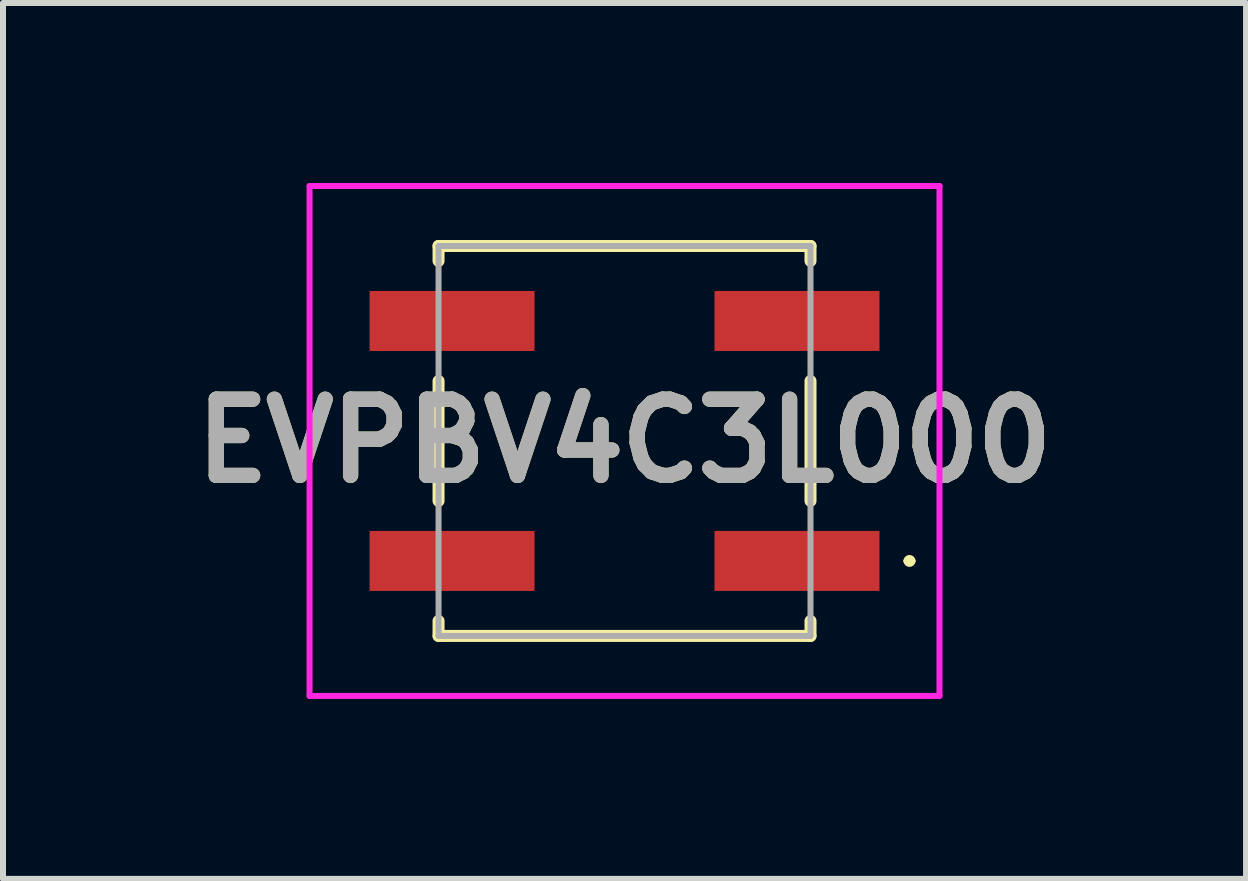
<source format=kicad_pcb>
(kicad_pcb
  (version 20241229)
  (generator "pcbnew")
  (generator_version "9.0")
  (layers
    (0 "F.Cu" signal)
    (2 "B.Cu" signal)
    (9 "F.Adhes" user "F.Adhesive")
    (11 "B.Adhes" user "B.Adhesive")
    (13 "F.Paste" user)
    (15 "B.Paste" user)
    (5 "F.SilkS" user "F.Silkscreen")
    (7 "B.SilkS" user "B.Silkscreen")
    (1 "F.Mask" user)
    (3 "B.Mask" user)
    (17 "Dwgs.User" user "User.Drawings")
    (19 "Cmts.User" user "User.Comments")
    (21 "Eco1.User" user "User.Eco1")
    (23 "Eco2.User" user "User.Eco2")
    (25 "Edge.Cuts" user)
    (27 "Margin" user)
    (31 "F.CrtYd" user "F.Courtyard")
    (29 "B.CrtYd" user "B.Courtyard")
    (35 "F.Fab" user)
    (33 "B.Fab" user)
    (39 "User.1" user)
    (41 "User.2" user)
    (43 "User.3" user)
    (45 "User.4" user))
  (footprint "EVPBV4C3L000"
    (layer "F.Cu")
    (at 7.36 4.3)
    (property "Reference" "EVPBV4C3L000" (at 0 0 0) (layer "F.SilkS") (effects (font (size 1.27 1.27) (thickness 0.254))))
    (attr smd)
    (fp_line (start -3.1 -3.25) (end 3.1 -3.25) (stroke (width 0.2) (type solid)) (layer "F.SilkS"))
    (fp_line (start -3.1 -3) (end -3.1 -3.25) (stroke (width 0.2) (type solid)) (layer "F.SilkS"))
    (fp_line (start -3.1 1) (end -3.1 -1) (stroke (width 0.2) (type solid)) (layer "F.SilkS"))
    (fp_line (start -3.1 3) (end -3.1 3.25) (stroke (width 0.2) (type solid)) (layer "F.SilkS"))
    (fp_line (start -3.1 3.25) (end 3.1 3.25) (stroke (width 0.2) (type solid)) (layer "F.SilkS"))
    (fp_line (start 3.1 -3.25) (end 3.1 -3) (stroke (width 0.2) (type solid)) (layer "F.SilkS"))
    (fp_line (start 3.1 1) (end 3.1 -1) (stroke (width 0.2) (type solid)) (layer "F.SilkS"))
    (fp_line (start 3.1 3.25) (end 3.1 3) (stroke (width 0.2) (type solid)) (layer "F.SilkS"))
    (fp_line (start 4.7 2) (end 4.7 2) (stroke (width 0.1) (type solid)) (layer "F.SilkS"))
    (fp_line (start 4.8 2) (end 4.8 2) (stroke (width 0.1) (type solid)) (layer "F.SilkS"))
    (fp_arc (start 4.7 2) (mid 4.75 1.95) (end 4.8 2) (stroke (width 0.1) (type solid)) (layer "F.SilkS"))
    (fp_arc (start 4.8 2) (mid 4.75 2.05) (end 4.7 2) (stroke (width 0.1) (type solid)) (layer "F.SilkS"))
    (fp_line (start -5.25 -4.25) (end 5.25 -4.25) (stroke (width 0.1) (type solid)) (layer "F.CrtYd"))
    (fp_line (start -5.25 4.25) (end -5.25 -4.25) (stroke (width 0.1) (type solid)) (layer "F.CrtYd"))
    (fp_line (start 5.25 -4.25) (end 5.25 4.25) (stroke (width 0.1) (type solid)) (layer "F.CrtYd"))
    (fp_line (start 5.25 4.25) (end -5.25 4.25) (stroke (width 0.1) (type solid)) (layer "F.CrtYd"))
    (fp_line (start -3.1 -3.25) (end -3.1 3.25) (stroke (width 0.1) (type solid)) (layer "F.Fab"))
    (fp_line (start -3.1 3.25) (end 3.1 3.25) (stroke (width 0.1) (type solid)) (layer "F.Fab"))
    (fp_line (start 3.1 -3.25) (end -3.1 -3.25) (stroke (width 0.1) (type solid)) (layer "F.Fab"))
    (fp_line (start 3.1 3.25) (end 3.1 -3.25) (stroke (width 0.1) (type solid)) (layer "F.Fab"))
    (fp_text user "${REFERENCE}" (at 0 0 0) (layer "F.Fab") (effects (font (size 1.27 1.27) (thickness 0.254))))
    (pad "A1" smd rect (at 2.875 2 90) (size 1 2.75) (layers "F.Cu" "F.Mask" "F.Paste"))
    (pad "A2" smd rect (at -2.875 2 90) (size 1 2.75) (layers "F.Cu" "F.Mask" "F.Paste"))
    (pad "B1" smd rect (at 2.875 -2 90) (size 1 2.75) (layers "F.Cu" "F.Mask" "F.Paste"))
    (pad "B2" smd rect (at -2.875 -2 90) (size 1 2.75) (layers "F.Cu" "F.Mask" "F.Paste")))
  (gr_rect
    (start -3 -3)
    (end 17.72 11.6)
    (stroke (width 0.1) (type default))
    (fill no)
    (layer "Edge.Cuts")))
</source>
